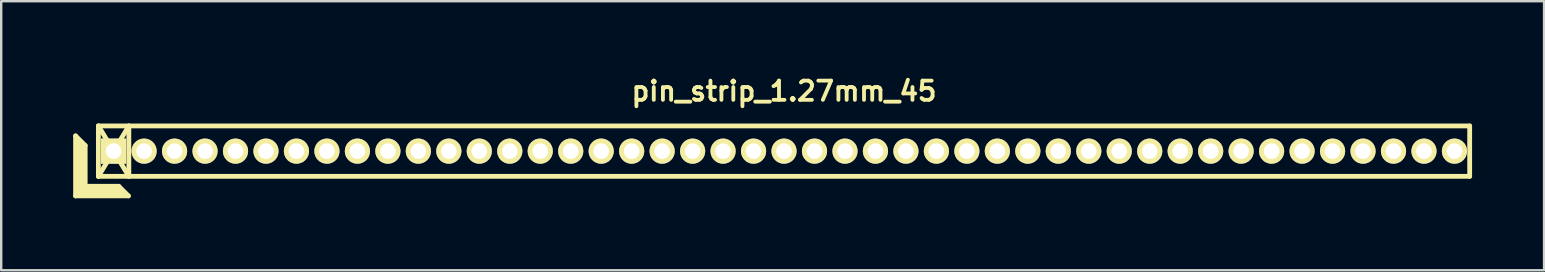
<source format=kicad_pcb>
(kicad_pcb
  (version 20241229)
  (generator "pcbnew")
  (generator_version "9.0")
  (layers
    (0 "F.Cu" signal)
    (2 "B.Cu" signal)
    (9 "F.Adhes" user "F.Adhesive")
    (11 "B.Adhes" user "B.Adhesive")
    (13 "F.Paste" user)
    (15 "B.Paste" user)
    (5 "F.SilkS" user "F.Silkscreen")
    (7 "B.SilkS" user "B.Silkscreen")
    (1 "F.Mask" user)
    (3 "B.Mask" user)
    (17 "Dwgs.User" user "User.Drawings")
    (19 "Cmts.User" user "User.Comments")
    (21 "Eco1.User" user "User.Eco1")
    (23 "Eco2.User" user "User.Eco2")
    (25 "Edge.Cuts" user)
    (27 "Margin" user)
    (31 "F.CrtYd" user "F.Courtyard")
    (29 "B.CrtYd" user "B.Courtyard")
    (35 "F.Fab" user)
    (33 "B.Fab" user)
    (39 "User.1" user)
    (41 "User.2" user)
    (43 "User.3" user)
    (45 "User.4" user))
  (footprint "pin_strip_1.27mm_45"
    (layer "F.Cu")
    (at 29.625 3.249)
    (property "Reference" "pin_strip_1.27mm_45" (at 0 -2.5 0) (layer "F.SilkS") (effects (font (size 0.8 0.8) (thickness 0.16))))
    (attr through_hole)
    (fp_line (start -29.525 -0.635) (end -29.525 1.865) (stroke (width 0.2) (type solid)) (layer "F.SilkS"))
    (fp_line (start -29.525 -0.635) (end -29.125 -0.235) (stroke (width 0.2) (type solid)) (layer "F.SilkS"))
    (fp_line (start -29.525 1.865) (end -27.325 1.865) (stroke (width 0.2) (type solid)) (layer "F.SilkS"))
    (fp_line (start -29.425 1.765) (end -29.425 -0.435) (stroke (width 0.2) (type solid)) (layer "F.SilkS"))
    (fp_line (start -29.425 1.765) (end -27.525 1.765) (stroke (width 0.2) (type solid)) (layer "F.SilkS"))
    (fp_line (start -29.325 1.665) (end -29.325 -0.335) (stroke (width 0.2) (type solid)) (layer "F.SilkS"))
    (fp_line (start -29.325 1.665) (end -27.625 1.665) (stroke (width 0.2) (type solid)) (layer "F.SilkS"))
    (fp_line (start -29.225 1.565) (end -29.225 -0.235) (stroke (width 0.2) (type solid)) (layer "F.SilkS"))
    (fp_line (start -29.225 1.565) (end -27.725 1.565) (stroke (width 0.2) (type solid)) (layer "F.SilkS"))
    (fp_line (start -29.125 1.465) (end -29.125 -0.235) (stroke (width 0.2) (type solid)) (layer "F.SilkS"))
    (fp_line (start -29.125 1.465) (end -27.725 1.465) (stroke (width 0.2) (type solid)) (layer "F.SilkS"))
    (fp_line (start -28.575 -1.05) (end -27.305 1.05) (stroke (width 0.2) (type solid)) (layer "F.SilkS"))
    (fp_line (start -28.575 -1.05) (end 28.575 -1.05) (stroke (width 0.2) (type solid)) (layer "F.SilkS"))
    (fp_line (start -28.575 1.05) (end -28.575 -1.05) (stroke (width 0.2) (type solid)) (layer "F.SilkS"))
    (fp_line (start -28.575 1.05) (end -27.305 -1.05) (stroke (width 0.2) (type solid)) (layer "F.SilkS"))
    (fp_line (start -27.725 1.465) (end -27.325 1.865) (stroke (width 0.2) (type solid)) (layer "F.SilkS"))
    (fp_line (start -27.305 -1.05) (end -27.305 1.05) (stroke (width 0.2) (type solid)) (layer "F.SilkS"))
    (fp_line (start 28.575 -1.05) (end 28.575 1.05) (stroke (width 0.2) (type solid)) (layer "F.SilkS"))
    (fp_line (start 28.575 1.05) (end -28.575 1.05) (stroke (width 0.2) (type solid)) (layer "F.SilkS"))
    (pad "1" thru_hole rect (at -27.94 0) (size 1.05 1.05) (drill 0.65) (layers "*.Cu" "*.Mask" "F.SilkS"))
    (pad "2" thru_hole oval (at -26.67 0) (size 1.05 1.05) (drill 0.65) (layers "*.Cu" "*.Mask" "F.SilkS"))
    (pad "3" thru_hole oval (at -25.4 0) (size 1.05 1.05) (drill 0.65) (layers "*.Cu" "*.Mask" "F.SilkS"))
    (pad "4" thru_hole oval (at -24.13 0) (size 1.05 1.05) (drill 0.65) (layers "*.Cu" "*.Mask" "F.SilkS"))
    (pad "5" thru_hole oval (at -22.86 0) (size 1.05 1.05) (drill 0.65) (layers "*.Cu" "*.Mask" "F.SilkS"))
    (pad "6" thru_hole oval (at -21.59 0) (size 1.05 1.05) (drill 0.65) (layers "*.Cu" "*.Mask" "F.SilkS"))
    (pad "7" thru_hole oval (at -20.32 0) (size 1.05 1.05) (drill 0.65) (layers "*.Cu" "*.Mask" "F.SilkS"))
    (pad "8" thru_hole oval (at -19.05 0) (size 1.05 1.05) (drill 0.65) (layers "*.Cu" "*.Mask" "F.SilkS"))
    (pad "9" thru_hole oval (at -17.78 0) (size 1.05 1.05) (drill 0.65) (layers "*.Cu" "*.Mask" "F.SilkS"))
    (pad "10" thru_hole oval (at -16.51 0) (size 1.05 1.05) (drill 0.65) (layers "*.Cu" "*.Mask" "F.SilkS"))
    (pad "11" thru_hole oval (at -15.24 0) (size 1.05 1.05) (drill 0.65) (layers "*.Cu" "*.Mask" "F.SilkS"))
    (pad "12" thru_hole oval (at -13.97 0) (size 1.05 1.05) (drill 0.65) (layers "*.Cu" "*.Mask" "F.SilkS"))
    (pad "13" thru_hole oval (at -12.7 0) (size 1.05 1.05) (drill 0.65) (layers "*.Cu" "*.Mask" "F.SilkS"))
    (pad "14" thru_hole oval (at -11.43 0) (size 1.05 1.05) (drill 0.65) (layers "*.Cu" "*.Mask" "F.SilkS"))
    (pad "15" thru_hole oval (at -10.16 0) (size 1.05 1.05) (drill 0.65) (layers "*.Cu" "*.Mask" "F.SilkS"))
    (pad "16" thru_hole oval (at -8.89 0) (size 1.05 1.05) (drill 0.65) (layers "*.Cu" "*.Mask" "F.SilkS"))
    (pad "17" thru_hole oval (at -7.62 0) (size 1.05 1.05) (drill 0.65) (layers "*.Cu" "*.Mask" "F.SilkS"))
    (pad "18" thru_hole oval (at -6.35 0) (size 1.05 1.05) (drill 0.65) (layers "*.Cu" "*.Mask" "F.SilkS"))
    (pad "19" thru_hole oval (at -5.08 0) (size 1.05 1.05) (drill 0.65) (layers "*.Cu" "*.Mask" "F.SilkS"))
    (pad "20" thru_hole oval (at -3.81 0) (size 1.05 1.05) (drill 0.65) (layers "*.Cu" "*.Mask" "F.SilkS"))
    (pad "21" thru_hole oval (at -2.54 0) (size 1.05 1.05) (drill 0.65) (layers "*.Cu" "*.Mask" "F.SilkS"))
    (pad "22" thru_hole oval (at -1.27 0) (size 1.05 1.05) (drill 0.65) (layers "*.Cu" "*.Mask" "F.SilkS"))
    (pad "23" thru_hole oval (at 0 0) (size 1.05 1.05) (drill 0.65) (layers "*.Cu" "*.Mask" "F.SilkS"))
    (pad "24" thru_hole oval (at 1.27 0) (size 1.05 1.05) (drill 0.65) (layers "*.Cu" "*.Mask" "F.SilkS"))
    (pad "25" thru_hole oval (at 2.54 0) (size 1.05 1.05) (drill 0.65) (layers "*.Cu" "*.Mask" "F.SilkS"))
    (pad "26" thru_hole oval (at 3.81 0) (size 1.05 1.05) (drill 0.65) (layers "*.Cu" "*.Mask" "F.SilkS"))
    (pad "27" thru_hole oval (at 5.08 0) (size 1.05 1.05) (drill 0.65) (layers "*.Cu" "*.Mask" "F.SilkS"))
    (pad "28" thru_hole oval (at 6.35 0) (size 1.05 1.05) (drill 0.65) (layers "*.Cu" "*.Mask" "F.SilkS"))
    (pad "29" thru_hole oval (at 7.62 0) (size 1.05 1.05) (drill 0.65) (layers "*.Cu" "*.Mask" "F.SilkS"))
    (pad "30" thru_hole oval (at 8.89 0) (size 1.05 1.05) (drill 0.65) (layers "*.Cu" "*.Mask" "F.SilkS"))
    (pad "31" thru_hole oval (at 10.16 0) (size 1.05 1.05) (drill 0.65) (layers "*.Cu" "*.Mask" "F.SilkS"))
    (pad "32" thru_hole oval (at 11.43 0) (size 1.05 1.05) (drill 0.65) (layers "*.Cu" "*.Mask" "F.SilkS"))
    (pad "33" thru_hole oval (at 12.7 0) (size 1.05 1.05) (drill 0.65) (layers "*.Cu" "*.Mask" "F.SilkS"))
    (pad "34" thru_hole oval (at 13.97 0) (size 1.05 1.05) (drill 0.65) (layers "*.Cu" "*.Mask" "F.SilkS"))
    (pad "35" thru_hole oval (at 15.24 0) (size 1.05 1.05) (drill 0.65) (layers "*.Cu" "*.Mask" "F.SilkS"))
    (pad "36" thru_hole oval (at 16.51 0) (size 1.05 1.05) (drill 0.65) (layers "*.Cu" "*.Mask" "F.SilkS"))
    (pad "37" thru_hole oval (at 17.78 0) (size 1.05 1.05) (drill 0.65) (layers "*.Cu" "*.Mask" "F.SilkS"))
    (pad "38" thru_hole oval (at 19.05 0) (size 1.05 1.05) (drill 0.65) (layers "*.Cu" "*.Mask" "F.SilkS"))
    (pad "39" thru_hole oval (at 20.32 0) (size 1.05 1.05) (drill 0.65) (layers "*.Cu" "*.Mask" "F.SilkS"))
    (pad "40" thru_hole oval (at 21.59 0) (size 1.05 1.05) (drill 0.65) (layers "*.Cu" "*.Mask" "F.SilkS"))
    (pad "41" thru_hole oval (at 22.86 0) (size 1.05 1.05) (drill 0.65) (layers "*.Cu" "*.Mask" "F.SilkS"))
    (pad "42" thru_hole oval (at 24.13 0) (size 1.05 1.05) (drill 0.65) (layers "*.Cu" "*.Mask" "F.SilkS"))
    (pad "43" thru_hole oval (at 25.4 0) (size 1.05 1.05) (drill 0.65) (layers "*.Cu" "*.Mask" "F.SilkS"))
    (pad "44" thru_hole oval (at 26.67 0) (size 1.05 1.05) (drill 0.65) (layers "*.Cu" "*.Mask" "F.SilkS"))
    (pad "45" thru_hole oval (at 27.94 0) (size 1.05 1.05) (drill 0.65) (layers "*.Cu" "*.Mask" "F.SilkS")))
  (gr_rect
    (start -3 -3)
    (end 61.3 8.214)
    (stroke (width 0.1) (type default))
    (fill no)
    (layer "Edge.Cuts")))
</source>
